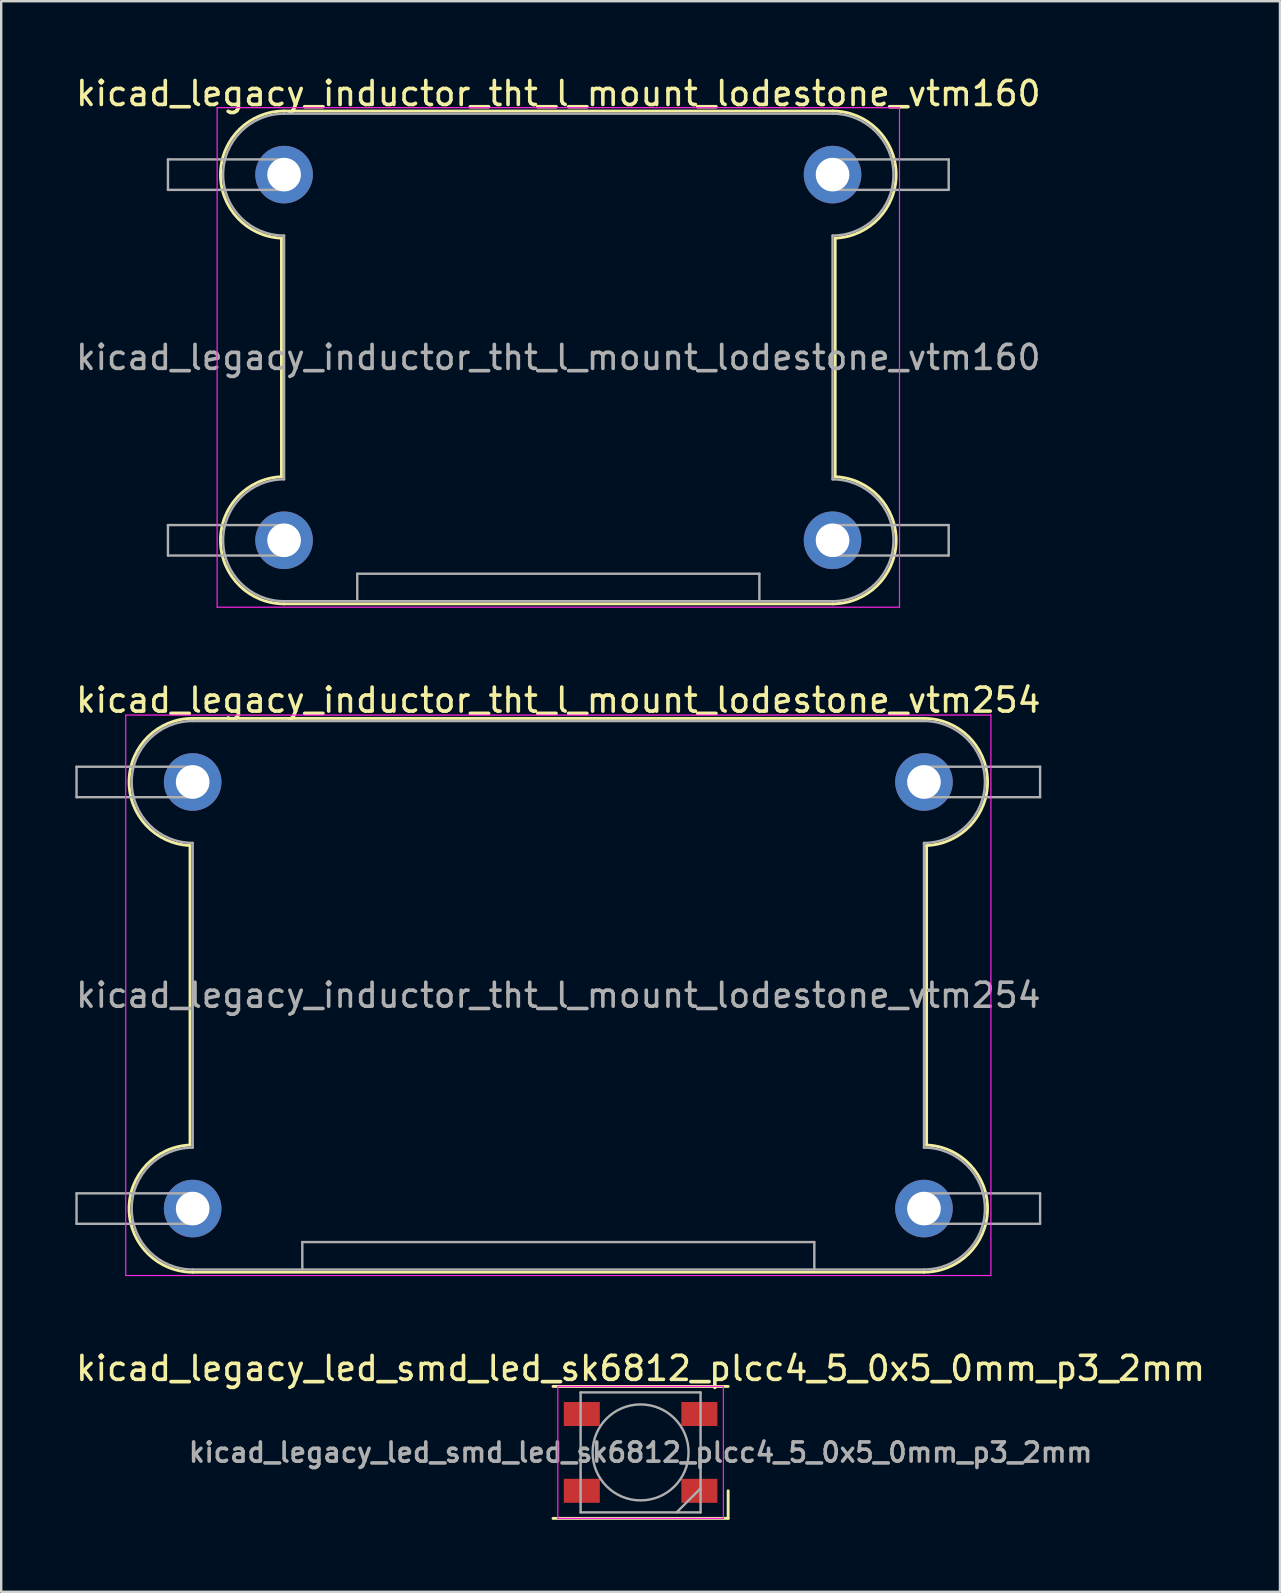
<source format=kicad_pcb>
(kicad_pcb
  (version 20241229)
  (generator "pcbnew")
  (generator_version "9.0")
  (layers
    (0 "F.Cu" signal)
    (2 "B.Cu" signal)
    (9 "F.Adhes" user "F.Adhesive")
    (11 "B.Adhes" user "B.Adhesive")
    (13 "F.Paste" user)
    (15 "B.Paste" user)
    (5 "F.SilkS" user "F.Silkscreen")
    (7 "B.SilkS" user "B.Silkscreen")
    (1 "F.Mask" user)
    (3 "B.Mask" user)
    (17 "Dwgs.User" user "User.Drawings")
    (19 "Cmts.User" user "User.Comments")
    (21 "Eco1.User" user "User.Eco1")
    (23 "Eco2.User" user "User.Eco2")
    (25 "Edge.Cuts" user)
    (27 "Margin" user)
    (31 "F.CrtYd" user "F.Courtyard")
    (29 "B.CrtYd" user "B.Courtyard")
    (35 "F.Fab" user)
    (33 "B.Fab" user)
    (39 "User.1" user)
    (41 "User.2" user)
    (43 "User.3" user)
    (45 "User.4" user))
  (footprint "kicad_legacy_inductor_tht_l_mount_lodestone_vtm254"
    (layer "F.Cu")
    (at 4.98 47.322)
    (property "Reference" "kicad_legacy_inductor_tht_l_mount_lodestone_vtm254" (at 15.24 -21.19 0) (layer "F.SilkS") (effects (font (size 1 1) (thickness 0.15))))
    (attr through_hole)
    (fp_line (start -0.11 -2.65) (end -0.11 -15.13) (stroke (width 0.12) (type solid)) (layer "F.SilkS"))
    (fp_line (start 0 -20.43) (end 30.48 -20.43) (stroke (width 0.12) (type solid)) (layer "F.SilkS"))
    (fp_line (start 0 2.65) (end 30.48 2.65) (stroke (width 0.12) (type solid)) (layer "F.SilkS"))
    (fp_line (start 30.59 -2.65) (end 30.59 -15.13) (stroke (width 0.12) (type solid)) (layer "F.SilkS"))
    (fp_arc (start -0.11097 -15.132325) (mid -2.649418 -17.835497) (end 0 -20.43) (stroke (width 0.12) (type solid)) (layer "F.SilkS"))
    (fp_arc (start 0 2.65) (mid -2.649419 0.055497) (end -0.11097 -2.647675) (stroke (width 0.12) (type solid)) (layer "F.SilkS"))
    (fp_arc (start 30.48 -20.43) (mid 33.129419 -17.835497) (end 30.59097 -15.132325) (stroke (width 0.12) (type solid)) (layer "F.SilkS"))
    (fp_arc (start 30.59097 -2.647675) (mid 33.129418 0.055497) (end 30.48 2.65) (stroke (width 0.12) (type solid)) (layer "F.SilkS"))
    (fp_line (start -2.79 -20.57) (end 33.27 -20.57) (stroke (width 0.05) (type solid)) (layer "F.CrtYd"))
    (fp_line (start -2.79 2.79) (end -2.79 -20.57) (stroke (width 0.05) (type solid)) (layer "F.CrtYd"))
    (fp_line (start -2.79 2.79) (end 33.27 2.79) (stroke (width 0.05) (type solid)) (layer "F.CrtYd"))
    (fp_line (start 33.27 2.79) (end 33.27 -20.57) (stroke (width 0.05) (type solid)) (layer "F.CrtYd"))
    (fp_line (start -4.84 -18.415) (end 0 -18.415) (stroke (width 0.1) (type solid)) (layer "F.Fab"))
    (fp_line (start -4.84 -17.145) (end -4.84 -18.415) (stroke (width 0.1) (type solid)) (layer "F.Fab"))
    (fp_line (start -4.84 -0.635) (end 0 -0.635) (stroke (width 0.1) (type solid)) (layer "F.Fab"))
    (fp_line (start -4.84 0.635) (end -4.84 -0.635) (stroke (width 0.1) (type solid)) (layer "F.Fab"))
    (fp_line (start 0 -20.32) (end 30.48 -20.32) (stroke (width 0.1) (type solid)) (layer "F.Fab"))
    (fp_line (start 0 -17.145) (end -4.84 -17.145) (stroke (width 0.1) (type solid)) (layer "F.Fab"))
    (fp_line (start 0 -2.54) (end 0 -15.24) (stroke (width 0.1) (type solid)) (layer "F.Fab"))
    (fp_line (start 0 0.635) (end -4.84 0.635) (stroke (width 0.1) (type solid)) (layer "F.Fab"))
    (fp_line (start 0 2.54) (end 30.48 2.54) (stroke (width 0.1) (type solid)) (layer "F.Fab"))
    (fp_line (start 4.57 1.395) (end 4.57 2.54) (stroke (width 0.1) (type solid)) (layer "F.Fab"))
    (fp_line (start 4.57 1.395) (end 25.91 1.395) (stroke (width 0.1) (type solid)) (layer "F.Fab"))
    (fp_line (start 25.91 1.395) (end 25.91 2.54) (stroke (width 0.1) (type solid)) (layer "F.Fab"))
    (fp_line (start 30.48 -18.415) (end 35.32 -18.415) (stroke (width 0.1) (type solid)) (layer "F.Fab"))
    (fp_line (start 30.48 -2.54) (end 30.48 -15.24) (stroke (width 0.1) (type solid)) (layer "F.Fab"))
    (fp_line (start 30.48 -0.635) (end 35.32 -0.635) (stroke (width 0.1) (type solid)) (layer "F.Fab"))
    (fp_line (start 35.32 -18.415) (end 35.32 -17.145) (stroke (width 0.1) (type solid)) (layer "F.Fab"))
    (fp_line (start 35.32 -17.145) (end 30.48 -17.145) (stroke (width 0.1) (type solid)) (layer "F.Fab"))
    (fp_line (start 35.32 -0.635) (end 35.32 0.635) (stroke (width 0.1) (type solid)) (layer "F.Fab"))
    (fp_line (start 35.32 0.635) (end 30.48 0.635) (stroke (width 0.1) (type solid)) (layer "F.Fab"))
    (fp_arc (start 0 -18.415) (mid 0.635 -17.78) (end 0 -17.145) (stroke (width 0.1) (type solid)) (layer "F.Fab"))
    (fp_arc (start 0 -15.24) (mid -2.54 -17.78) (end 0 -20.32) (stroke (width 0.1) (type solid)) (layer "F.Fab"))
    (fp_arc (start 0 -0.635) (mid 0.635 0) (end 0 0.635) (stroke (width 0.1) (type solid)) (layer "F.Fab"))
    (fp_arc (start 0 2.54) (mid -2.54 0) (end 0 -2.54) (stroke (width 0.1) (type solid)) (layer "F.Fab"))
    (fp_arc (start 30.48 -20.32) (mid 33.02 -17.78) (end 30.48 -15.24) (stroke (width 0.1) (type solid)) (layer "F.Fab"))
    (fp_arc (start 30.48 -17.145) (mid 29.845 -17.78) (end 30.48 -18.415) (stroke (width 0.1) (type solid)) (layer "F.Fab"))
    (fp_arc (start 30.48 -2.54) (mid 33.02 0) (end 30.48 2.54) (stroke (width 0.1) (type solid)) (layer "F.Fab"))
    (fp_arc (start 30.48 0.635) (mid 29.845 0) (end 30.48 -0.635) (stroke (width 0.1) (type solid)) (layer "F.Fab"))
    (fp_text user "${REFERENCE}" (at 15.24 -8.89 0) (layer "F.Fab") (effects (font (size 1 1) (thickness 0.15))))
    (pad "1" thru_hole circle (at 0 0) (size 2.4 2.4) (drill 1.4) (layers "*.Cu" "*.Mask"))
    (pad "2" thru_hole circle (at 30.48 -17.78) (size 2.4 2.4) (drill 1.4) (layers "*.Cu" "*.Mask"))
    (pad "3" thru_hole circle (at 0 -17.78) (size 2.4 2.4) (drill 1.4) (layers "*.Cu" "*.Mask"))
    (pad "4" thru_hole circle (at 30.48 0) (size 2.4 2.4) (drill 1.4) (layers "*.Cu" "*.Mask")))
  (footprint "kicad_legacy_led_smd_led_sk6812_plcc4_5_0x5_0mm_p3_2mm"
    (layer "F.Cu")
    (at 23.649 57.485)
    (property "Reference" "kicad_legacy_led_smd_led_sk6812_plcc4_5_0x5_0mm_p3_2mm" (at 0 -3.5 0) (layer "F.SilkS") (effects (font (size 1 1) (thickness 0.15))))
    (attr smd)
    (fp_line (start -3.65 -2.75) (end 3.65 -2.75) (stroke (width 0.12) (type solid)) (layer "F.SilkS"))
    (fp_line (start -3.65 2.75) (end 3.65 2.75) (stroke (width 0.12) (type solid)) (layer "F.SilkS"))
    (fp_line (start 3.65 2.75) (end 3.65 1.6) (stroke (width 0.12) (type solid)) (layer "F.SilkS"))
    (fp_line (start -3.45 -2.75) (end -3.45 2.75) (stroke (width 0.05) (type solid)) (layer "F.CrtYd"))
    (fp_line (start -3.45 2.75) (end 3.45 2.75) (stroke (width 0.05) (type solid)) (layer "F.CrtYd"))
    (fp_line (start 3.45 -2.75) (end -3.45 -2.75) (stroke (width 0.05) (type solid)) (layer "F.CrtYd"))
    (fp_line (start 3.45 2.75) (end 3.45 -2.75) (stroke (width 0.05) (type solid)) (layer "F.CrtYd"))
    (fp_line (start -2.5 -2.5) (end -2.5 2.5) (stroke (width 0.1) (type solid)) (layer "F.Fab"))
    (fp_line (start -2.5 2.5) (end 2.5 2.5) (stroke (width 0.1) (type solid)) (layer "F.Fab"))
    (fp_line (start 2.5 -2.5) (end -2.5 -2.5) (stroke (width 0.1) (type solid)) (layer "F.Fab"))
    (fp_line (start 2.5 1.5) (end 1.5 2.5) (stroke (width 0.1) (type solid)) (layer "F.Fab"))
    (fp_line (start 2.5 2.5) (end 2.5 -2.5) (stroke (width 0.1) (type solid)) (layer "F.Fab"))
    (fp_circle (center 0 0) (end 0 -2) (stroke (width 0.1) (type solid)) (fill no) (layer "F.Fab"))
    (fp_text user "${REFERENCE}" (at 0 0 0) (layer "F.Fab") (effects (font (size 0.8 0.8) (thickness 0.15))))
    (pad "1" smd rect (at 2.45 1.6) (size 1.5 1) (layers "F.Cu" "F.Mask" "F.Paste"))
    (pad "2" smd rect (at 2.45 -1.6) (size 1.5 1) (layers "F.Cu" "F.Mask" "F.Paste"))
    (pad "3" smd rect (at -2.45 -1.6) (size 1.5 1) (layers "F.Cu" "F.Mask" "F.Paste"))
    (pad "4" smd rect (at -2.45 1.6) (size 1.5 1) (layers "F.Cu" "F.Mask" "F.Paste")))
  (footprint "kicad_legacy_inductor_tht_l_mount_lodestone_vtm160"
    (layer "F.Cu")
    (at 8.79 19.468)
    (property "Reference" "kicad_legacy_inductor_tht_l_mount_lodestone_vtm160" (at 11.43 -18.62 0) (layer "F.SilkS") (effects (font (size 1 1) (thickness 0.15))))
    (attr through_hole)
    (fp_line (start -0.11 -2.65) (end -0.11 -12.59) (stroke (width 0.12) (type solid)) (layer "F.SilkS"))
    (fp_line (start 0 -17.89) (end 22.86 -17.89) (stroke (width 0.12) (type solid)) (layer "F.SilkS"))
    (fp_line (start 0 2.65) (end 22.86 2.65) (stroke (width 0.12) (type solid)) (layer "F.SilkS"))
    (fp_line (start 22.97 -2.65) (end 22.97 -12.59) (stroke (width 0.12) (type solid)) (layer "F.SilkS"))
    (fp_arc (start -0.11097 -12.592325) (mid -2.649418 -15.295497) (end 0 -17.89) (stroke (width 0.12) (type solid)) (layer "F.SilkS"))
    (fp_arc (start 0 2.65) (mid -2.649419 0.055497) (end -0.11097 -2.647675) (stroke (width 0.12) (type solid)) (layer "F.SilkS"))
    (fp_arc (start 22.86 -17.89) (mid 25.509419 -15.295497) (end 22.97097 -12.592325) (stroke (width 0.12) (type solid)) (layer "F.SilkS"))
    (fp_arc (start 22.97097 -2.647675) (mid 25.509418 0.055497) (end 22.86 2.65) (stroke (width 0.12) (type solid)) (layer "F.SilkS"))
    (fp_line (start -2.79 -18.03) (end 25.65 -18.03) (stroke (width 0.05) (type solid)) (layer "F.CrtYd"))
    (fp_line (start -2.79 2.79) (end -2.79 -18.03) (stroke (width 0.05) (type solid)) (layer "F.CrtYd"))
    (fp_line (start -2.79 2.79) (end 25.65 2.79) (stroke (width 0.05) (type solid)) (layer "F.CrtYd"))
    (fp_line (start 25.65 2.79) (end 25.65 -18.03) (stroke (width 0.05) (type solid)) (layer "F.CrtYd"))
    (fp_line (start -4.84 -15.875) (end 0 -15.875) (stroke (width 0.1) (type solid)) (layer "F.Fab"))
    (fp_line (start -4.84 -14.605) (end -4.84 -15.875) (stroke (width 0.1) (type solid)) (layer "F.Fab"))
    (fp_line (start -4.84 -0.635) (end 0 -0.635) (stroke (width 0.1) (type solid)) (layer "F.Fab"))
    (fp_line (start -4.84 0.635) (end -4.84 -0.635) (stroke (width 0.1) (type solid)) (layer "F.Fab"))
    (fp_line (start 0 -17.78) (end 22.86 -17.78) (stroke (width 0.1) (type solid)) (layer "F.Fab"))
    (fp_line (start 0 -14.605) (end -4.84 -14.605) (stroke (width 0.1) (type solid)) (layer "F.Fab"))
    (fp_line (start 0 -2.54) (end 0 -12.7) (stroke (width 0.1) (type solid)) (layer "F.Fab"))
    (fp_line (start 0 0.635) (end -4.84 0.635) (stroke (width 0.1) (type solid)) (layer "F.Fab"))
    (fp_line (start 0 2.54) (end 22.86 2.54) (stroke (width 0.1) (type solid)) (layer "F.Fab"))
    (fp_line (start 3.05 1.395) (end 3.05 2.54) (stroke (width 0.1) (type solid)) (layer "F.Fab"))
    (fp_line (start 3.05 1.395) (end 19.81 1.395) (stroke (width 0.1) (type solid)) (layer "F.Fab"))
    (fp_line (start 19.81 1.395) (end 19.81 2.54) (stroke (width 0.1) (type solid)) (layer "F.Fab"))
    (fp_line (start 22.86 -15.875) (end 27.7 -15.875) (stroke (width 0.1) (type solid)) (layer "F.Fab"))
    (fp_line (start 22.86 -2.54) (end 22.86 -12.7) (stroke (width 0.1) (type solid)) (layer "F.Fab"))
    (fp_line (start 22.86 -0.635) (end 27.7 -0.635) (stroke (width 0.1) (type solid)) (layer "F.Fab"))
    (fp_line (start 27.7 -15.875) (end 27.7 -14.605) (stroke (width 0.1) (type solid)) (layer "F.Fab"))
    (fp_line (start 27.7 -14.605) (end 22.86 -14.605) (stroke (width 0.1) (type solid)) (layer "F.Fab"))
    (fp_line (start 27.7 -0.635) (end 27.7 0.635) (stroke (width 0.1) (type solid)) (layer "F.Fab"))
    (fp_line (start 27.7 0.635) (end 22.86 0.635) (stroke (width 0.1) (type solid)) (layer "F.Fab"))
    (fp_arc (start 0 -15.875) (mid 0.635 -15.24) (end 0 -14.605) (stroke (width 0.1) (type solid)) (layer "F.Fab"))
    (fp_arc (start 0 -12.7) (mid -2.54 -15.24) (end 0 -17.78) (stroke (width 0.1) (type solid)) (layer "F.Fab"))
    (fp_arc (start 0 -0.635) (mid 0.635 0) (end 0 0.635) (stroke (width 0.1) (type solid)) (layer "F.Fab"))
    (fp_arc (start 0 2.54) (mid -2.54 0) (end 0 -2.54) (stroke (width 0.1) (type solid)) (layer "F.Fab"))
    (fp_arc (start 22.86 -17.78) (mid 25.4 -15.24) (end 22.86 -12.7) (stroke (width 0.1) (type solid)) (layer "F.Fab"))
    (fp_arc (start 22.86 -14.605) (mid 22.225 -15.24) (end 22.86 -15.875) (stroke (width 0.1) (type solid)) (layer "F.Fab"))
    (fp_arc (start 22.86 -2.54) (mid 25.4 0) (end 22.86 2.54) (stroke (width 0.1) (type solid)) (layer "F.Fab"))
    (fp_arc (start 22.86 0.635) (mid 22.225 0) (end 22.86 -0.635) (stroke (width 0.1) (type solid)) (layer "F.Fab"))
    (fp_text user "${REFERENCE}" (at 11.43 -7.62 0) (layer "F.Fab") (effects (font (size 1 1) (thickness 0.15))))
    (pad "1" thru_hole circle (at 0 0) (size 2.4 2.4) (drill 1.4) (layers "*.Cu" "*.Mask"))
    (pad "2" thru_hole circle (at 22.86 -15.24) (size 2.4 2.4) (drill 1.4) (layers "*.Cu" "*.Mask"))
    (pad "3" thru_hole circle (at 0 -15.24) (size 2.4 2.4) (drill 1.4) (layers "*.Cu" "*.Mask"))
    (pad "4" thru_hole circle (at 22.86 0) (size 2.4 2.4) (drill 1.4) (layers "*.Cu" "*.Mask")))
  (gr_rect
    (start -3 -3)
    (end 50.298 63.295)
    (stroke (width 0.1) (type default))
    (fill no)
    (layer "Edge.Cuts")))
</source>
